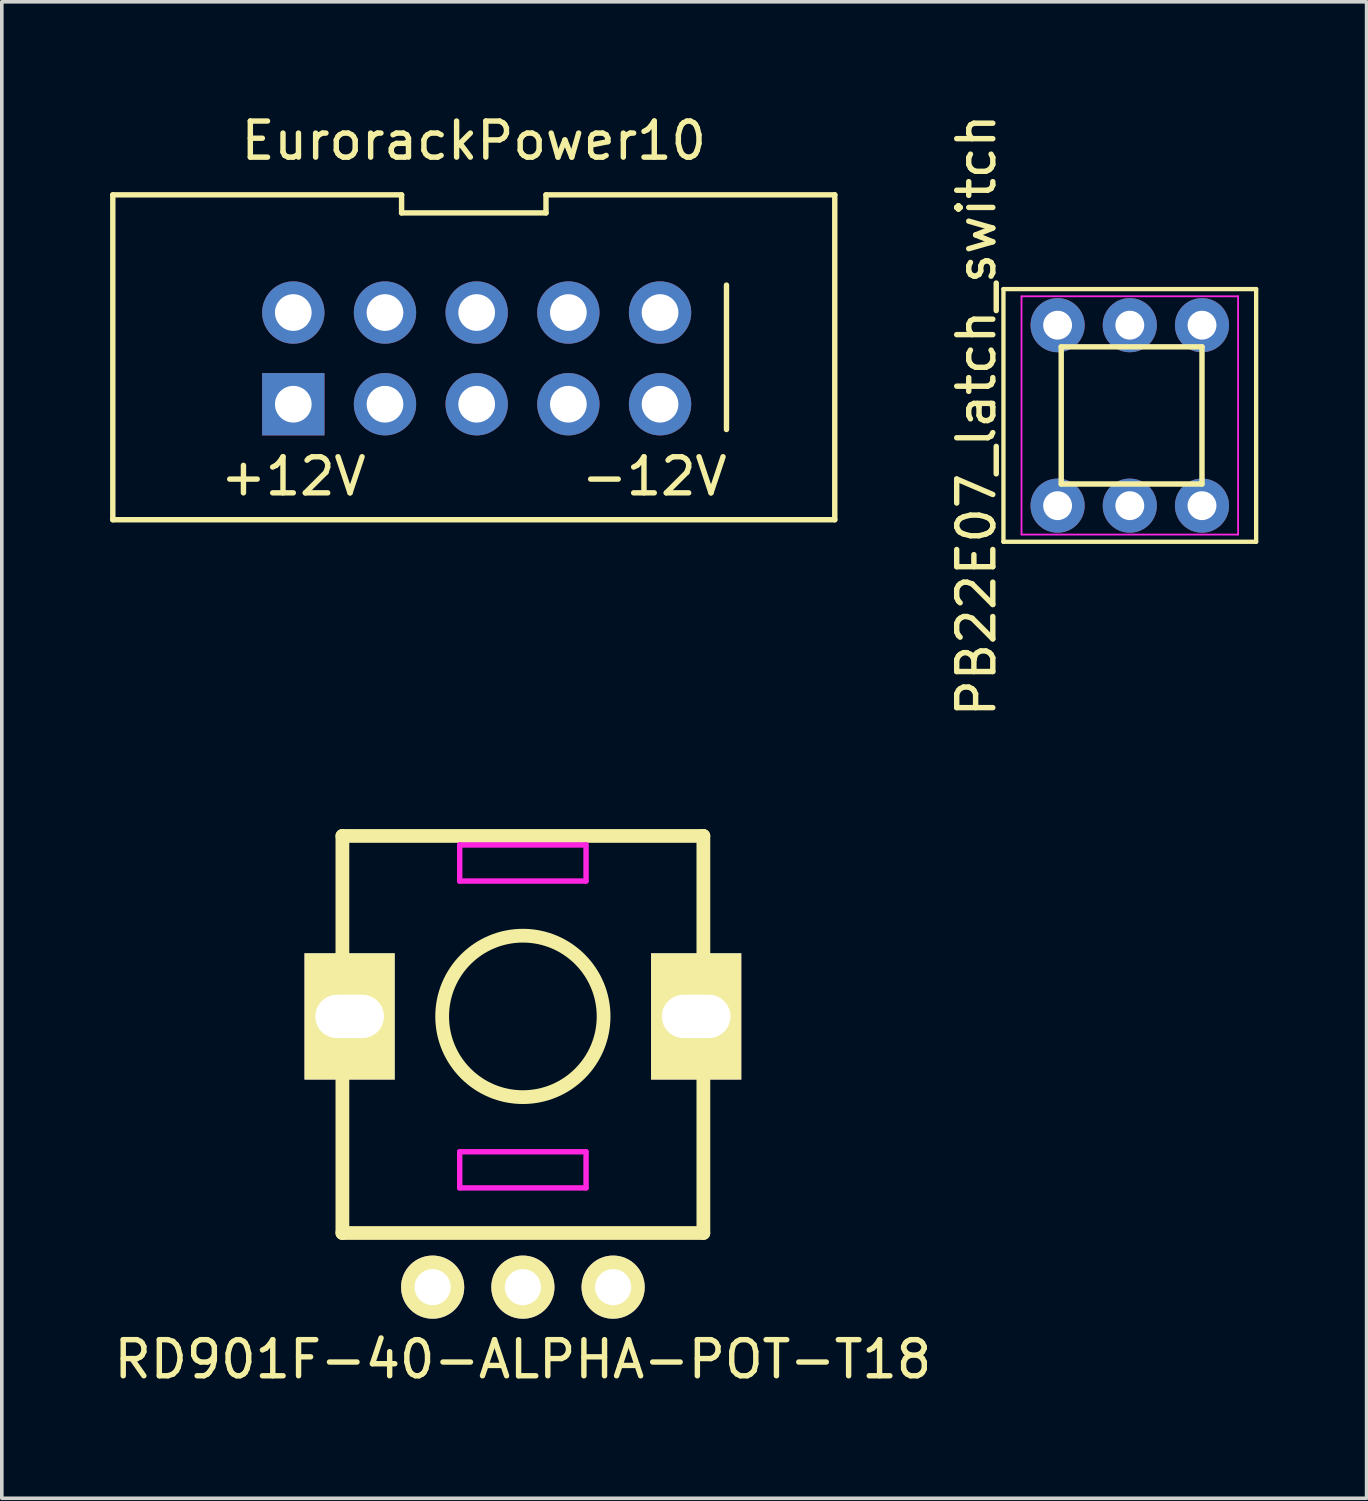
<source format=kicad_pcb>
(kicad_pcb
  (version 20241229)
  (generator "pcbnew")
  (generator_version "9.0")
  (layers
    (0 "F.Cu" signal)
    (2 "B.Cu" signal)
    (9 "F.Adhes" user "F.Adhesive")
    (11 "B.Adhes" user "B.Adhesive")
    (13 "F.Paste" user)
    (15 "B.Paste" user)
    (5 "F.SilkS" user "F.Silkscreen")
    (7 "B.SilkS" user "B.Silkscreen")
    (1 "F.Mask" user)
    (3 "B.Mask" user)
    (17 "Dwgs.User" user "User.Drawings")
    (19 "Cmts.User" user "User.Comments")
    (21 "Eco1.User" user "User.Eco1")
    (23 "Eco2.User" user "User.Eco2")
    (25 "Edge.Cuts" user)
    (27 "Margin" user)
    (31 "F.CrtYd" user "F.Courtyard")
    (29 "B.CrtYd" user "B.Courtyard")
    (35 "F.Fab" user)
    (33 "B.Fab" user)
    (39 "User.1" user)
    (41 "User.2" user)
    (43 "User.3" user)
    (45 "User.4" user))
  (footprint "RD901F-40-ALPHA-POT-T18"
    (layer "F.Cu")
    (at 11.435 25.107)
    (property "Reference" "RD901F-40-ALPHA-POT-T18" (at 0 9.5 0) (layer "F.SilkS") (effects (font (size 1 1) (thickness 0.15))))
    (attr through_hole)
    (fp_line (start -5 -5) (end 5 -5) (stroke (width 0.381) (type solid)) (layer "F.SilkS"))
    (fp_line (start -5 0) (end -5 -5) (stroke (width 0.381) (type solid)) (layer "F.SilkS"))
    (fp_line (start -5 6) (end -5 0) (stroke (width 0.381) (type solid)) (layer "F.SilkS"))
    (fp_line (start 5 -5) (end 5 6) (stroke (width 0.381) (type solid)) (layer "F.SilkS"))
    (fp_line (start 5 6) (end -5 6) (stroke (width 0.381) (type solid)) (layer "F.SilkS"))
    (fp_circle (center 0 0) (end 1 2) (stroke (width 0.381) (type solid)) (fill no) (layer "F.SilkS"))
    (fp_line (start -1.75 -4.75) (end -1.75 -3.75) (stroke (width 0.15) (type solid)) (layer "F.CrtYd"))
    (fp_line (start -1.75 -3.75) (end 1.75 -3.75) (stroke (width 0.15) (type solid)) (layer "F.CrtYd"))
    (fp_line (start -1.75 3.75) (end -1.75 4.75) (stroke (width 0.15) (type solid)) (layer "F.CrtYd"))
    (fp_line (start -1.75 4.75) (end 1.75 4.75) (stroke (width 0.15) (type solid)) (layer "F.CrtYd"))
    (fp_line (start 1.75 -4.75) (end -1.75 -4.75) (stroke (width 0.15) (type solid)) (layer "F.CrtYd"))
    (fp_line (start 1.75 -3.75) (end 1.75 -4.75) (stroke (width 0.15) (type solid)) (layer "F.CrtYd"))
    (fp_line (start 1.75 3.75) (end -1.75 3.75) (stroke (width 0.15) (type solid)) (layer "F.CrtYd"))
    (fp_line (start 1.75 4.75) (end 1.75 3.75) (stroke (width 0.15) (type solid)) (layer "F.CrtYd"))
    (pad "" thru_hole rect (at -4.8 0) (size 2.5 3.5) (drill oval 1.9 1.2) (layers "*.Cu" "*.Mask" "F.SilkS"))
    (pad "" thru_hole rect (at 4.8 0) (size 2.5 3.5) (drill oval 1.9 1.2) (layers "*.Cu" "*.Mask" "F.SilkS"))
    (pad "1" thru_hole circle (at -2.5 7.5) (size 1.75 1.75) (drill 1) (layers "*.Cu" "*.Mask" "F.SilkS"))
    (pad "2" thru_hole circle (at 0 7.5) (size 1.75 1.75) (drill 1) (layers "*.Cu" "*.Mask" "F.SilkS"))
    (pad "3" thru_hole circle (at 2.5 7.5) (size 1.75 1.75) (drill 1) (layers "*.Cu" "*.Mask" "F.SilkS")))
  (footprint "PB22E07_latch_switch"
    (layer "F.Cu")
    (at 28.248 8.458)
    (property "Reference" "PB22E07_latch_switch" (at -4.25 0 90) (layer "F.SilkS") (effects (font (size 1 1) (thickness 0.15))))
    (attr through_hole)
    (fp_line (start -3.5 -3.5) (end -3.5 3.5) (stroke (width 0.12) (type solid)) (layer "F.SilkS"))
    (fp_line (start -3.5 3.5) (end 3.5 3.5) (stroke (width 0.12) (type solid)) (layer "F.SilkS"))
    (fp_line (start -1.9 -1.9) (end 2 -1.9) (stroke (width 0.15) (type solid)) (layer "F.SilkS"))
    (fp_line (start -1.9 1.9) (end -1.9 -1.9) (stroke (width 0.15) (type solid)) (layer "F.SilkS"))
    (fp_line (start 2 -1.9) (end 2 1.9) (stroke (width 0.15) (type solid)) (layer "F.SilkS"))
    (fp_line (start 2 1.9) (end -1.9 1.9) (stroke (width 0.15) (type solid)) (layer "F.SilkS"))
    (fp_line (start 3.5 -3.5) (end -3.5 -3.5) (stroke (width 0.12) (type solid)) (layer "F.SilkS"))
    (fp_line (start 3.5 3.5) (end 3.5 -3.5) (stroke (width 0.12) (type solid)) (layer "F.SilkS"))
    (fp_line (start -3 -3.3) (end 3 -3.3) (stroke (width 0.05) (type solid)) (layer "F.CrtYd"))
    (fp_line (start -3 3.3) (end -3 -3.3) (stroke (width 0.05) (type solid)) (layer "F.CrtYd"))
    (fp_line (start 3 -3.3) (end 3 3.3) (stroke (width 0.05) (type solid)) (layer "F.CrtYd"))
    (fp_line (start 3 3.3) (end -3 3.3) (stroke (width 0.05) (type solid)) (layer "F.CrtYd"))
    (pad "1" thru_hole circle (at -2 2.5) (size 1.5 1.5) (drill 0.8) (layers "*.Cu" "*.Mask"))
    (pad "2" thru_hole circle (at 0 2.5) (size 1.5 1.5) (drill 0.8) (layers "*.Cu" "*.Mask"))
    (pad "3" thru_hole circle (at 2 2.5) (size 1.5 1.5) (drill 0.8) (layers "*.Cu" "*.Mask"))
    (pad "4" thru_hole circle (at -2 -2.5) (size 1.5 1.5) (drill 0.8) (layers "*.Cu" "*.Mask"))
    (pad "5" thru_hole circle (at 0 -2.5) (size 1.5 1.5) (drill 0.8) (layers "*.Cu" "*.Mask"))
    (pad "6" thru_hole circle (at 2 -2.5) (size 1.5 1.5) (drill 0.8) (layers "*.Cu" "*.Mask")))
  (footprint "EurorackPower10"
    (layer "F.Cu")
    (at 10.075 6.848)
    (property "Reference" "EurorackPower10" (at 0 -6 0) (layer "F.SilkS") (effects (font (size 1 1) (thickness 0.15))))
    (attr through_hole)
    (fp_line (start -10 -4.5) (end -10 4.5) (stroke (width 0.15) (type solid)) (layer "F.SilkS"))
    (fp_line (start -10 4.5) (end 10 4.5) (stroke (width 0.15) (type solid)) (layer "F.SilkS"))
    (fp_line (start -2 -4.5) (end -10 -4.5) (stroke (width 0.15) (type solid)) (layer "F.SilkS"))
    (fp_line (start -2 -4.5) (end -2 -4) (stroke (width 0.15) (type solid)) (layer "F.SilkS"))
    (fp_line (start -2 -4) (end 2 -4) (stroke (width 0.15) (type solid)) (layer "F.SilkS"))
    (fp_line (start 2 -4) (end 2 -4.5) (stroke (width 0.15) (type solid)) (layer "F.SilkS"))
    (fp_line (start 7 2) (end 7 -2) (stroke (width 0.15) (type solid)) (layer "F.SilkS"))
    (fp_line (start 10 -4.5) (end 2 -4.5) (stroke (width 0.15) (type solid)) (layer "F.SilkS"))
    (fp_line (start 10 4.5) (end 10 -4.5) (stroke (width 0.15) (type solid)) (layer "F.SilkS"))
    (fp_text user "+12V" (at -5 3.3 0) (layer "F.SilkS") (effects (font (size 1 1) (thickness 0.15))))
    (fp_text user "-12V" (at 5 3.3 0) (layer "F.SilkS") (effects (font (size 1 1) (thickness 0.15))))
    (pad "1" thru_hole oval (at 5.16 -1.24) (size 1.727 1.727) (drill 1.016) (layers "*.Cu" "*.Mask"))
    (pad "2" thru_hole oval (at 5.16 1.3) (size 1.727 1.727) (drill 1.016) (layers "*.Cu" "*.Mask"))
    (pad "3" thru_hole oval (at 2.62 1.3) (size 1.727 1.727) (drill 1.016) (layers "*.Cu" "*.Mask"))
    (pad "4" thru_hole oval (at 2.62 -1.24) (size 1.727 1.727) (drill 1.016) (layers "*.Cu" "*.Mask"))
    (pad "5" thru_hole oval (at 0.08 1.3) (size 1.727 1.727) (drill 1.016) (layers "*.Cu" "*.Mask"))
    (pad "6" thru_hole oval (at 0.08 -1.24) (size 1.727 1.727) (drill 1.016) (layers "*.Cu" "*.Mask"))
    (pad "7" thru_hole oval (at -2.46 1.3) (size 1.727 1.727) (drill 1.016) (layers "*.Cu" "*.Mask"))
    (pad "8" thru_hole oval (at -2.46 -1.24) (size 1.727 1.727) (drill 1.016) (layers "*.Cu" "*.Mask"))
    (pad "9" thru_hole rect (at -5 1.3) (size 1.727 1.727) (drill 1.016) (layers "*.Cu" "*.Mask"))
    (pad "10" thru_hole oval (at -5 -1.24) (size 1.727 1.727) (drill 1.016) (layers "*.Cu" "*.Mask")))
  (gr_rect
    (start -3 -3)
    (end 34.808 38.455)
    (stroke (width 0.1) (type default))
    (fill no)
    (layer "Edge.Cuts")))
</source>
